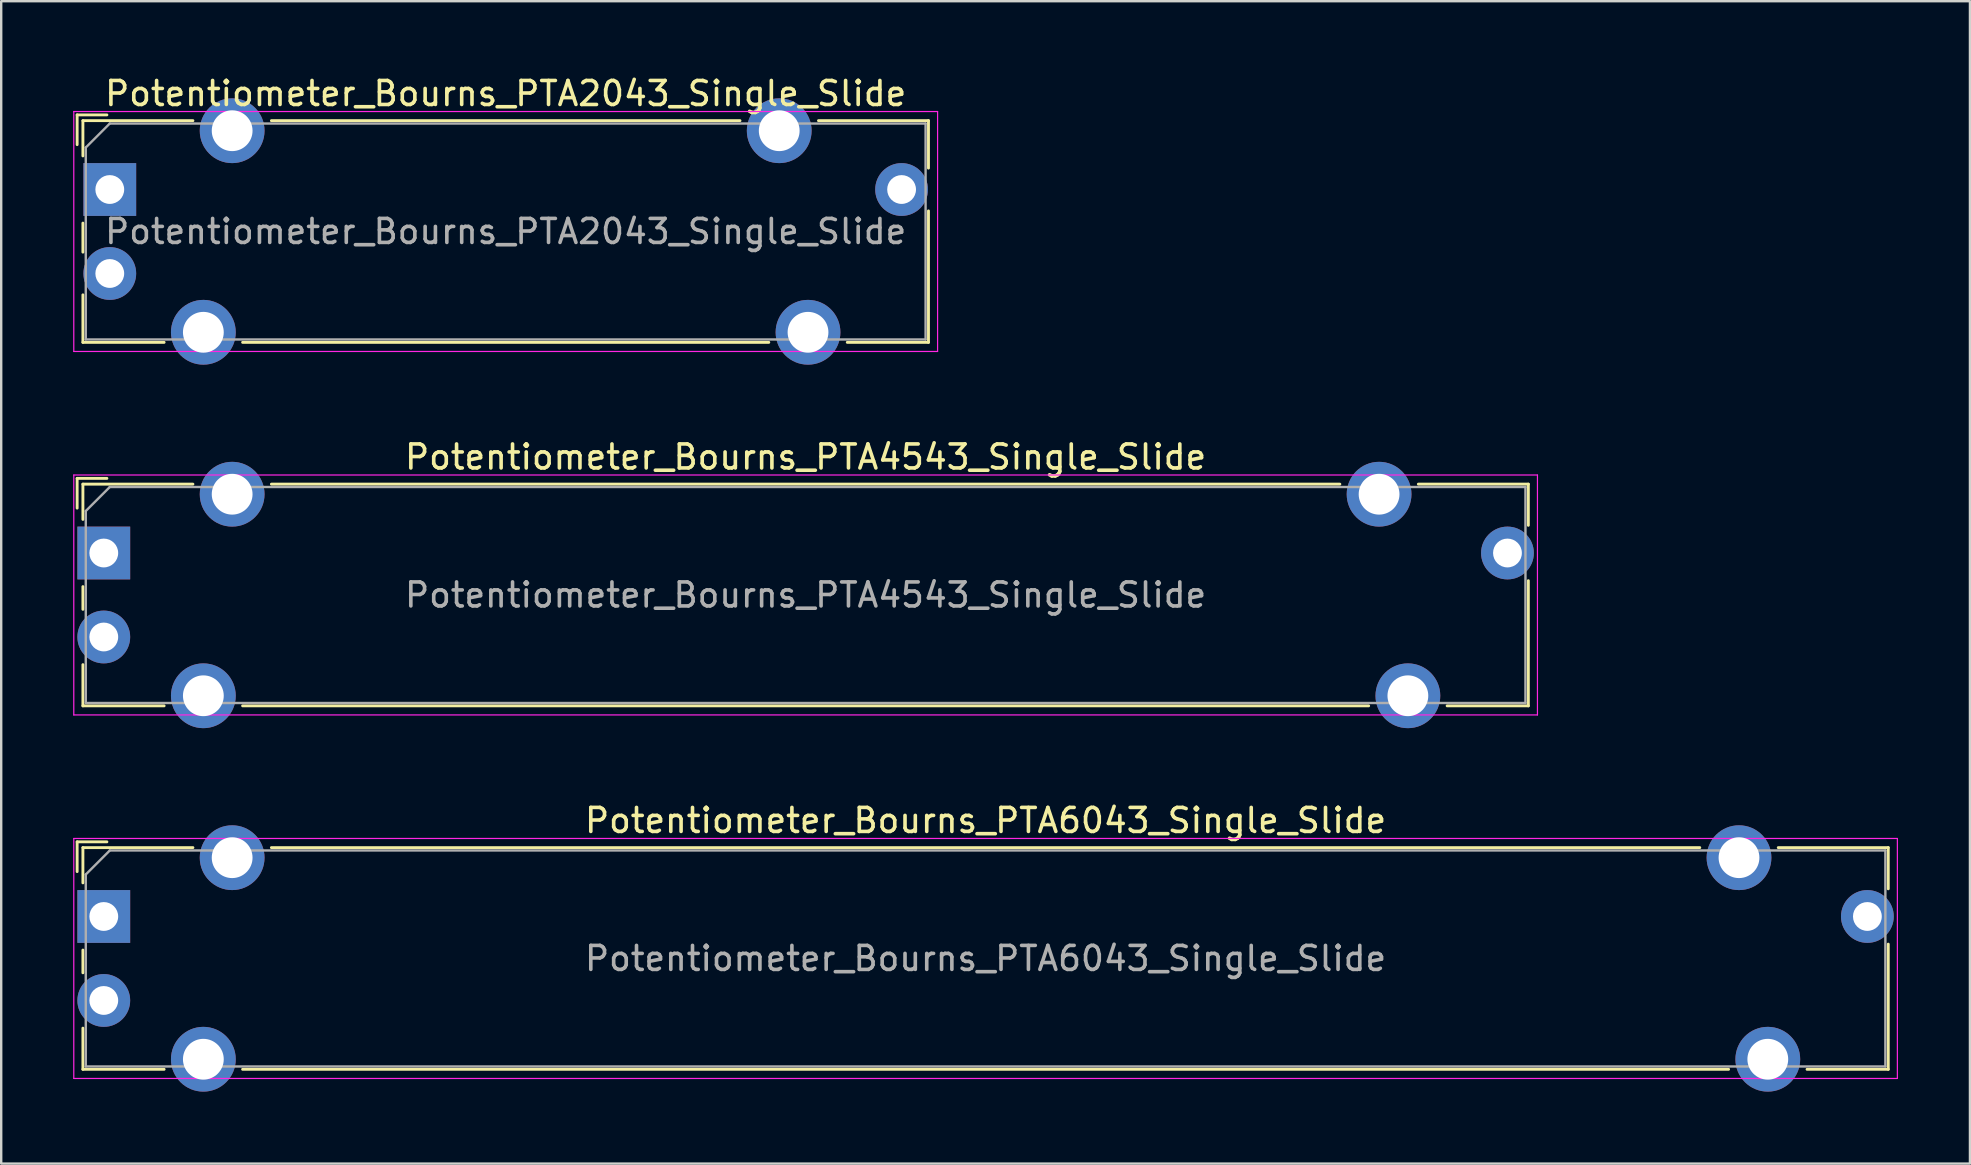
<source format=kicad_pcb>
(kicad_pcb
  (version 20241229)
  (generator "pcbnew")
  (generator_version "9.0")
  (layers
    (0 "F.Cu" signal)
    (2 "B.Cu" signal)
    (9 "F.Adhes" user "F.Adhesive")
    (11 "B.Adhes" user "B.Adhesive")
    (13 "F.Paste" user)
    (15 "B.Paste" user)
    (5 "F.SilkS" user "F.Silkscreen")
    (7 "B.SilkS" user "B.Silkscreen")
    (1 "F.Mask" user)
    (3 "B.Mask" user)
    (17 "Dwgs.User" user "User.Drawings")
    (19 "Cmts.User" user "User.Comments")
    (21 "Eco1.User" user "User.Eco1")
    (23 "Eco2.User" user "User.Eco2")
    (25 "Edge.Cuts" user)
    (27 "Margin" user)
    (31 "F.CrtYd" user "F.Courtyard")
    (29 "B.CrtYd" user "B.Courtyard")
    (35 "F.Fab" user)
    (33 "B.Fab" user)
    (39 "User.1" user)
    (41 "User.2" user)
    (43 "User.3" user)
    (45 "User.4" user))
  (footprint "Potentiometer_Bourns_PTA6043_Single_Slide"
    (layer "F.Cu")
    (at 1.275 35.145)
    (property "Reference" "Potentiometer_Bourns_PTA6043_Single_Slide" (at 36.75 -4 0) (layer "F.SilkS") (effects (font (size 1 1) (thickness 0.15))))
    (attr through_hole)
    (fp_line (start -1.11 -3.11) (end 0.13 -3.11) (stroke (width 0.12) (type solid)) (layer "F.SilkS"))
    (fp_line (start -1.11 -1.87) (end -1.11 -3.11) (stroke (width 0.12) (type solid)) (layer "F.SilkS"))
    (fp_line (start -0.87 -2.87) (end -0.87 -1.4) (stroke (width 0.12) (type solid)) (layer "F.SilkS"))
    (fp_line (start -0.87 -2.87) (end 3.715 -2.87) (stroke (width 0.12) (type solid)) (layer "F.SilkS"))
    (fp_line (start -0.87 1.4) (end -0.87 2.348) (stroke (width 0.12) (type solid)) (layer "F.SilkS"))
    (fp_line (start -0.87 4.653) (end -0.87 6.37) (stroke (width 0.12) (type solid)) (layer "F.SilkS"))
    (fp_line (start -0.87 6.37) (end 2.515 6.37) (stroke (width 0.12) (type solid)) (layer "F.SilkS"))
    (fp_line (start 5.786 6.37) (end 67.715 6.37) (stroke (width 0.12) (type solid)) (layer "F.SilkS"))
    (fp_line (start 6.986 -2.87) (end 66.515 -2.87) (stroke (width 0.12) (type solid)) (layer "F.SilkS"))
    (fp_line (start 69.786 -2.87) (end 74.37 -2.87) (stroke (width 0.12) (type solid)) (layer "F.SilkS"))
    (fp_line (start 70.986 6.37) (end 74.37 6.37) (stroke (width 0.12) (type solid)) (layer "F.SilkS"))
    (fp_line (start 74.37 -2.87) (end 74.37 -1.153) (stroke (width 0.12) (type solid)) (layer "F.SilkS"))
    (fp_line (start 74.37 1.153) (end 74.37 6.37) (stroke (width 0.12) (type solid)) (layer "F.SilkS"))
    (fp_line (start -1.25 -3.25) (end -1.25 6.75) (stroke (width 0.05) (type solid)) (layer "F.CrtYd"))
    (fp_line (start -1.25 6.75) (end 74.75 6.75) (stroke (width 0.05) (type solid)) (layer "F.CrtYd"))
    (fp_line (start 74.75 -3.25) (end -1.25 -3.25) (stroke (width 0.05) (type solid)) (layer "F.CrtYd"))
    (fp_line (start 74.75 6.75) (end 74.75 -3.25) (stroke (width 0.05) (type solid)) (layer "F.CrtYd"))
    (fp_line (start -0.75 -1.75) (end 0.25 -2.75) (stroke (width 0.1) (type solid)) (layer "F.Fab"))
    (fp_line (start -0.75 6.25) (end -0.75 -1.75) (stroke (width 0.1) (type solid)) (layer "F.Fab"))
    (fp_line (start 0.25 -2.75) (end 74.25 -2.75) (stroke (width 0.1) (type solid)) (layer "F.Fab"))
    (fp_line (start 74.25 -2.75) (end 74.25 6.25) (stroke (width 0.1) (type solid)) (layer "F.Fab"))
    (fp_line (start 74.25 6.25) (end -0.75 6.25) (stroke (width 0.1) (type solid)) (layer "F.Fab"))
    (fp_text user "${REFERENCE}" (at 36.75 1.75 0) (layer "F.Fab") (effects (font (size 1 1) (thickness 0.15))))
    (pad "1" thru_hole rect (at 0 0) (size 2.2 2.2) (drill 1.2) (layers "*.Cu" "*.Mask"))
    (pad "2" thru_hole circle (at 0 3.5) (size 2.2 2.2) (drill 1.2) (layers "*.Cu" "*.Mask"))
    (pad "3" thru_hole circle (at 73.5 0) (size 2.2 2.2) (drill 1.2) (layers "*.Cu" "*.Mask"))
    (pad "MP" thru_hole circle (at 4.15 5.95) (size 2.7 2.7) (drill 1.7) (layers "*.Cu" "*.Mask"))
    (pad "MP" thru_hole circle (at 5.35 -2.45) (size 2.7 2.7) (drill 1.7) (layers "*.Cu" "*.Mask"))
    (pad "MP" thru_hole circle (at 68.15 -2.45) (size 2.7 2.7) (drill 1.7) (layers "*.Cu" "*.Mask"))
    (pad "MP" thru_hole circle (at 69.35 5.95) (size 2.7 2.7) (drill 1.7) (layers "*.Cu" "*.Mask")))
  (footprint "Potentiometer_Bourns_PTA2043_Single_Slide"
    (layer "F.Cu")
    (at 1.525 4.848)
    (property "Reference" "Potentiometer_Bourns_PTA2043_Single_Slide" (at 16.5 -4 0) (layer "F.SilkS") (effects (font (size 1 1) (thickness 0.15))))
    (attr through_hole)
    (fp_line (start -1.36 -3.11) (end -0.12 -3.11) (stroke (width 0.12) (type solid)) (layer "F.SilkS"))
    (fp_line (start -1.36 -1.87) (end -1.36 -3.11) (stroke (width 0.12) (type solid)) (layer "F.SilkS"))
    (fp_line (start -1.12 -2.87) (end -1.12 -1.4) (stroke (width 0.12) (type solid)) (layer "F.SilkS"))
    (fp_line (start -1.12 -2.87) (end 3.465 -2.87) (stroke (width 0.12) (type solid)) (layer "F.SilkS"))
    (fp_line (start -1.12 1.4) (end -1.12 2.61) (stroke (width 0.12) (type solid)) (layer "F.SilkS"))
    (fp_line (start -1.12 4.39) (end -1.12 6.37) (stroke (width 0.12) (type solid)) (layer "F.SilkS"))
    (fp_line (start -1.12 6.37) (end 2.265 6.37) (stroke (width 0.12) (type solid)) (layer "F.SilkS"))
    (fp_line (start 5.536 6.37) (end 27.465 6.37) (stroke (width 0.12) (type solid)) (layer "F.SilkS"))
    (fp_line (start 6.736 -2.87) (end 26.265 -2.87) (stroke (width 0.12) (type solid)) (layer "F.SilkS"))
    (fp_line (start 29.536 -2.87) (end 34.12 -2.87) (stroke (width 0.12) (type solid)) (layer "F.SilkS"))
    (fp_line (start 30.736 6.37) (end 34.12 6.37) (stroke (width 0.12) (type solid)) (layer "F.SilkS"))
    (fp_line (start 34.12 -2.87) (end 34.12 -0.891) (stroke (width 0.12) (type solid)) (layer "F.SilkS"))
    (fp_line (start 34.12 0.891) (end 34.12 6.37) (stroke (width 0.12) (type solid)) (layer "F.SilkS"))
    (fp_line (start -1.5 -3.25) (end -1.5 6.75) (stroke (width 0.05) (type solid)) (layer "F.CrtYd"))
    (fp_line (start -1.5 6.75) (end 34.5 6.75) (stroke (width 0.05) (type solid)) (layer "F.CrtYd"))
    (fp_line (start 34.5 -3.25) (end -1.5 -3.25) (stroke (width 0.05) (type solid)) (layer "F.CrtYd"))
    (fp_line (start 34.5 6.75) (end 34.5 -3.25) (stroke (width 0.05) (type solid)) (layer "F.CrtYd"))
    (fp_line (start -1 -1.75) (end 0 -2.75) (stroke (width 0.1) (type solid)) (layer "F.Fab"))
    (fp_line (start -1 6.25) (end -1 -1.75) (stroke (width 0.1) (type solid)) (layer "F.Fab"))
    (fp_line (start 0 -2.75) (end 34 -2.75) (stroke (width 0.1) (type solid)) (layer "F.Fab"))
    (fp_line (start 34 -2.75) (end 34 6.25) (stroke (width 0.1) (type solid)) (layer "F.Fab"))
    (fp_line (start 34 6.25) (end -1 6.25) (stroke (width 0.1) (type solid)) (layer "F.Fab"))
    (fp_text user "${REFERENCE}" (at 16.5 1.75 0) (layer "F.Fab") (effects (font (size 1 1) (thickness 0.15))))
    (pad "1" thru_hole rect (at 0 0) (size 2.2 2.2) (drill 1.2) (layers "*.Cu" "*.Mask"))
    (pad "2" thru_hole circle (at 0 3.5) (size 2.2 2.2) (drill 1.2) (layers "*.Cu" "*.Mask"))
    (pad "3" thru_hole circle (at 33 0) (size 2.2 2.2) (drill 1.2) (layers "*.Cu" "*.Mask"))
    (pad "MP" thru_hole circle (at 3.9 5.95) (size 2.7 2.7) (drill 1.7) (layers "*.Cu" "*.Mask"))
    (pad "MP" thru_hole circle (at 5.1 -2.45) (size 2.7 2.7) (drill 1.7) (layers "*.Cu" "*.Mask"))
    (pad "MP" thru_hole circle (at 27.9 -2.45) (size 2.7 2.7) (drill 1.7) (layers "*.Cu" "*.Mask"))
    (pad "MP" thru_hole circle (at 29.1 5.95) (size 2.7 2.7) (drill 1.7) (layers "*.Cu" "*.Mask")))
  (footprint "Potentiometer_Bourns_PTA4543_Single_Slide"
    (layer "F.Cu")
    (at 1.275 19.997)
    (property "Reference" "Potentiometer_Bourns_PTA4543_Single_Slide" (at 29.25 -4 0) (layer "F.SilkS") (effects (font (size 1 1) (thickness 0.15))))
    (attr through_hole)
    (fp_line (start -1.11 -3.11) (end 0.13 -3.11) (stroke (width 0.12) (type solid)) (layer "F.SilkS"))
    (fp_line (start -1.11 -1.87) (end -1.11 -3.11) (stroke (width 0.12) (type solid)) (layer "F.SilkS"))
    (fp_line (start -0.87 -2.87) (end -0.87 -1.4) (stroke (width 0.12) (type solid)) (layer "F.SilkS"))
    (fp_line (start -0.87 -2.87) (end 3.715 -2.87) (stroke (width 0.12) (type solid)) (layer "F.SilkS"))
    (fp_line (start -0.87 1.4) (end -0.87 2.348) (stroke (width 0.12) (type solid)) (layer "F.SilkS"))
    (fp_line (start -0.87 4.653) (end -0.87 6.37) (stroke (width 0.12) (type solid)) (layer "F.SilkS"))
    (fp_line (start -0.87 6.37) (end 2.515 6.37) (stroke (width 0.12) (type solid)) (layer "F.SilkS"))
    (fp_line (start 5.786 6.37) (end 52.715 6.37) (stroke (width 0.12) (type solid)) (layer "F.SilkS"))
    (fp_line (start 6.986 -2.87) (end 51.515 -2.87) (stroke (width 0.12) (type solid)) (layer "F.SilkS"))
    (fp_line (start 54.786 -2.87) (end 59.37 -2.87) (stroke (width 0.12) (type solid)) (layer "F.SilkS"))
    (fp_line (start 55.986 6.37) (end 59.37 6.37) (stroke (width 0.12) (type solid)) (layer "F.SilkS"))
    (fp_line (start 59.37 -2.87) (end 59.37 -1.153) (stroke (width 0.12) (type solid)) (layer "F.SilkS"))
    (fp_line (start 59.37 1.153) (end 59.37 6.37) (stroke (width 0.12) (type solid)) (layer "F.SilkS"))
    (fp_line (start -1.25 -3.25) (end -1.25 6.75) (stroke (width 0.05) (type solid)) (layer "F.CrtYd"))
    (fp_line (start -1.25 6.75) (end 59.75 6.75) (stroke (width 0.05) (type solid)) (layer "F.CrtYd"))
    (fp_line (start 59.75 -3.25) (end -1.25 -3.25) (stroke (width 0.05) (type solid)) (layer "F.CrtYd"))
    (fp_line (start 59.75 6.75) (end 59.75 -3.25) (stroke (width 0.05) (type solid)) (layer "F.CrtYd"))
    (fp_line (start -0.75 -1.75) (end 0.25 -2.75) (stroke (width 0.1) (type solid)) (layer "F.Fab"))
    (fp_line (start -0.75 6.25) (end -0.75 -1.75) (stroke (width 0.1) (type solid)) (layer "F.Fab"))
    (fp_line (start 0.25 -2.75) (end 59.25 -2.75) (stroke (width 0.1) (type solid)) (layer "F.Fab"))
    (fp_line (start 59.25 -2.75) (end 59.25 6.25) (stroke (width 0.1) (type solid)) (layer "F.Fab"))
    (fp_line (start 59.25 6.25) (end -0.75 6.25) (stroke (width 0.1) (type solid)) (layer "F.Fab"))
    (fp_text user "${REFERENCE}" (at 29.25 1.75 0) (layer "F.Fab") (effects (font (size 1 1) (thickness 0.15))))
    (pad "1" thru_hole rect (at 0 0) (size 2.2 2.2) (drill 1.2) (layers "*.Cu" "*.Mask"))
    (pad "2" thru_hole circle (at 0 3.5) (size 2.2 2.2) (drill 1.2) (layers "*.Cu" "*.Mask"))
    (pad "3" thru_hole circle (at 58.5 0) (size 2.2 2.2) (drill 1.2) (layers "*.Cu" "*.Mask"))
    (pad "MP" thru_hole circle (at 4.15 5.95) (size 2.7 2.7) (drill 1.7) (layers "*.Cu" "*.Mask"))
    (pad "MP" thru_hole circle (at 5.35 -2.45) (size 2.7 2.7) (drill 1.7) (layers "*.Cu" "*.Mask"))
    (pad "MP" thru_hole circle (at 53.15 -2.45) (size 2.7 2.7) (drill 1.7) (layers "*.Cu" "*.Mask"))
    (pad "MP" thru_hole circle (at 54.35 5.95) (size 2.7 2.7) (drill 1.7) (layers "*.Cu" "*.Mask")))
  (gr_rect
    (start -3 -3)
    (end 79.05 45.445)
    (stroke (width 0.1) (type default))
    (fill no)
    (layer "Edge.Cuts")))
</source>
